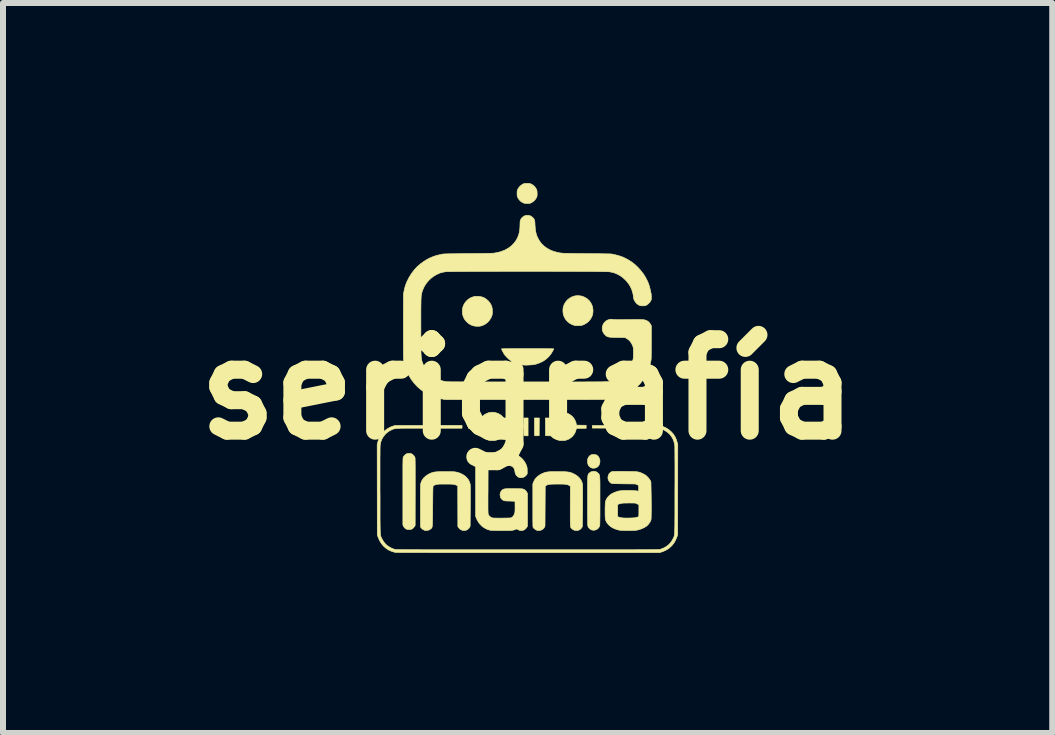
<source format=kicad_pcb>
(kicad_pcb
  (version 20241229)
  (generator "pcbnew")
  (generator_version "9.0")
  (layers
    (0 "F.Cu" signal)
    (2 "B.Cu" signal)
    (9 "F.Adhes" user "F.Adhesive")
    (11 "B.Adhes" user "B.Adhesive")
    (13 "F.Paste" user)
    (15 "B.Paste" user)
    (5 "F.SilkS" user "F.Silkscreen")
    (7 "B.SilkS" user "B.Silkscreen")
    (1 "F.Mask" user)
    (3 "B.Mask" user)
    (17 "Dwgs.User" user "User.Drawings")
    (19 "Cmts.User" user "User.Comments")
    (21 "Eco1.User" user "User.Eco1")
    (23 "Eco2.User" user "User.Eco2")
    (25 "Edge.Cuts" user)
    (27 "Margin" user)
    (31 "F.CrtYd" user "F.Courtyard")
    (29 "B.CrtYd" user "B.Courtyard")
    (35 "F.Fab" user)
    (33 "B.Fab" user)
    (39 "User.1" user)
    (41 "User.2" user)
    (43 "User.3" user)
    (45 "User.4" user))
  (footprint "serigrafía"
    (layer "F.Cu")
    (at 5.74 3.436)
    (property "Reference" "serigrafía" (at 0 0 0) (layer "F.SilkS") (effects (font (size 1.524 1.524) (thickness 0.3))))
    (attr through_hole)
    (fp_poly (pts (xy 0.008 0.775) (xy -0.025 0.775) (xy -0.041 0.774) (xy -0.053 0.773) (xy -0.06 0.772) (xy -0.061 0.772) (xy -0.061 0.767) (xy -0.062 0.755) (xy -0.062 0.736) (xy -0.063 0.712) (xy -0.063 0.683) (xy -0.063 0.651) (xy -0.064 0.624) (xy -0.064 0.478) (xy 0.008 0.478) (xy 0.008 0.775)) (stroke (width 0.01) (type solid)) (fill yes) (layer "F.SilkS"))
    (fp_poly (pts (xy 0.193 0.773) (xy 0.156 0.774) (xy 0.14 0.774) (xy 0.126 0.774) (xy 0.118 0.773) (xy 0.117 0.772) (xy 0.117 0.767) (xy 0.116 0.755) (xy 0.115 0.736) (xy 0.115 0.712) (xy 0.115 0.683) (xy 0.114 0.651) (xy 0.114 0.624) (xy 0.114 0.478) (xy 0.195 0.478) (xy 0.193 0.773)) (stroke (width 0.01) (type solid)) (fill yes) (layer "F.SilkS"))
    (fp_poly (pts (xy 1.128 1.088) (xy 1.151 1.096) (xy 1.169 1.109) (xy 1.181 1.123) (xy 1.196 1.151) (xy 1.205 1.181) (xy 1.205 1.212) (xy 1.199 1.243) (xy 1.185 1.272) (xy 1.181 1.277) (xy 1.163 1.295) (xy 1.14 1.307) (xy 1.114 1.314) (xy 1.087 1.314) (xy 1.073 1.312) (xy 1.049 1.302) (xy 1.028 1.285) (xy 1.011 1.262) (xy 1.004 1.245) (xy 1.001 1.231) (xy 0.999 1.211) (xy 0.999 1.19) (xy 1.001 1.17) (xy 1.003 1.156) (xy 1.014 1.133) (xy 1.03 1.112) (xy 1.05 1.097) (xy 1.062 1.091) (xy 1.073 1.088) (xy 1.087 1.086) (xy 1.101 1.086) (xy 1.128 1.088)) (stroke (width 0.01) (type solid)) (fill yes) (layer "F.SilkS"))
    (fp_poly (pts (xy 0.632 0.389) (xy 0.635 0.39) (xy 0.675 0.404) (xy 0.71 0.424) (xy 0.742 0.45) (xy 0.746 0.453) (xy 0.772 0.484) (xy 0.792 0.519) (xy 0.806 0.555) (xy 0.809 0.57) (xy 0.814 0.597) (xy 0.895 0.598) (xy 0.976 0.599) (xy 0.976 0.65) (xy 0.814 0.652) (xy 0.808 0.674) (xy 0.794 0.715) (xy 0.773 0.753) (xy 0.746 0.786) (xy 0.713 0.813) (xy 0.676 0.835) (xy 0.635 0.849) (xy 0.635 0.849) (xy 0.615 0.853) (xy 0.591 0.854) (xy 0.565 0.854) (xy 0.541 0.853) (xy 0.521 0.85) (xy 0.516 0.849) (xy 0.477 0.834) (xy 0.439 0.811) (xy 0.423 0.798) (xy 0.394 0.775) (xy 0.346 0.774) (xy 0.298 0.773) (xy 0.297 0.625) (xy 0.296 0.478) (xy 0.382 0.478) (xy 0.41 0.452) (xy 0.441 0.426) (xy 0.472 0.407) (xy 0.506 0.393) (xy 0.519 0.39) (xy 0.558 0.382) (xy 0.595 0.382) (xy 0.632 0.389)) (stroke (width 0.01) (type solid)) (fill yes) (layer "F.SilkS"))
    (fp_poly (pts (xy 0.856 -1.559) (xy 0.886 -1.556) (xy 0.911 -1.55) (xy 0.912 -1.55) (xy 0.955 -1.532) (xy 0.994 -1.507) (xy 1.026 -1.478) (xy 1.052 -1.443) (xy 1.072 -1.404) (xy 1.085 -1.362) (xy 1.09 -1.317) (xy 1.09 -1.312) (xy 1.088 -1.276) (xy 1.083 -1.245) (xy 1.073 -1.216) (xy 1.066 -1.2) (xy 1.042 -1.161) (xy 1.013 -1.128) (xy 0.978 -1.101) (xy 0.937 -1.078) (xy 0.917 -1.07) (xy 0.901 -1.066) (xy 0.879 -1.063) (xy 0.854 -1.061) (xy 0.829 -1.06) (xy 0.807 -1.06) (xy 0.79 -1.062) (xy 0.746 -1.076) (xy 0.705 -1.097) (xy 0.67 -1.124) (xy 0.639 -1.157) (xy 0.615 -1.195) (xy 0.598 -1.237) (xy 0.597 -1.238) (xy 0.592 -1.264) (xy 0.589 -1.296) (xy 0.589 -1.328) (xy 0.592 -1.359) (xy 0.595 -1.373) (xy 0.61 -1.415) (xy 0.632 -1.453) (xy 0.661 -1.487) (xy 0.695 -1.515) (xy 0.735 -1.538) (xy 0.771 -1.552) (xy 0.796 -1.557) (xy 0.825 -1.56) (xy 0.856 -1.559)) (stroke (width 0.01) (type solid)) (fill yes) (layer "F.SilkS"))
    (fp_poly (pts (xy -0.793 -1.546) (xy -0.751 -1.536) (xy -0.713 -1.519) (xy -0.678 -1.493) (xy -0.658 -1.476) (xy -0.63 -1.443) (xy -0.609 -1.409) (xy -0.595 -1.373) (xy -0.588 -1.334) (xy -0.587 -1.3) (xy -0.587 -1.273) (xy -0.589 -1.252) (xy -0.592 -1.236) (xy -0.594 -1.228) (xy -0.613 -1.184) (xy -0.639 -1.146) (xy -0.67 -1.112) (xy -0.706 -1.085) (xy -0.748 -1.064) (xy -0.77 -1.057) (xy -0.797 -1.051) (xy -0.828 -1.05) (xy -0.861 -1.051) (xy -0.892 -1.055) (xy -0.914 -1.061) (xy -0.953 -1.077) (xy -0.986 -1.098) (xy -1.016 -1.125) (xy -1.021 -1.13) (xy -1.05 -1.166) (xy -1.07 -1.205) (xy -1.083 -1.247) (xy -1.088 -1.292) (xy -1.088 -1.3) (xy -1.084 -1.346) (xy -1.072 -1.389) (xy -1.053 -1.428) (xy -1.026 -1.464) (xy -1.024 -1.466) (xy -0.992 -1.497) (xy -0.957 -1.52) (xy -0.918 -1.537) (xy -0.917 -1.537) (xy -0.898 -1.543) (xy -0.882 -1.547) (xy -0.865 -1.549) (xy -0.844 -1.549) (xy -0.839 -1.549) (xy -0.793 -1.546)) (stroke (width 0.01) (type solid)) (fill yes) (layer "F.SilkS"))
    (fp_poly (pts (xy -0.567 0.382) (xy -0.529 0.39) (xy -0.488 0.404) (xy -0.453 0.424) (xy -0.421 0.451) (xy -0.42 0.452) (xy -0.394 0.478) (xy -0.123 0.478) (xy -0.124 0.625) (xy -0.125 0.773) (xy -0.407 0.775) (xy -0.426 0.793) (xy -0.444 0.808) (xy -0.467 0.823) (xy -0.493 0.836) (xy -0.517 0.846) (xy -0.533 0.85) (xy -0.553 0.853) (xy -0.577 0.855) (xy -0.603 0.854) (xy -0.627 0.853) (xy -0.646 0.85) (xy -0.648 0.849) (xy -0.687 0.834) (xy -0.724 0.812) (xy -0.756 0.785) (xy -0.783 0.753) (xy -0.803 0.717) (xy -0.817 0.678) (xy -0.817 0.675) (xy -0.823 0.652) (xy -0.984 0.65) (xy -0.984 0.599) (xy -0.904 0.597) (xy -0.876 0.596) (xy -0.855 0.595) (xy -0.841 0.594) (xy -0.831 0.593) (xy -0.826 0.592) (xy -0.823 0.59) (xy -0.822 0.587) (xy -0.822 0.586) (xy -0.812 0.544) (xy -0.793 0.504) (xy -0.768 0.468) (xy -0.754 0.453) (xy -0.722 0.425) (xy -0.689 0.405) (xy -0.652 0.391) (xy -0.644 0.389) (xy -0.605 0.382) (xy -0.567 0.382)) (stroke (width 0.01) (type solid)) (fill yes) (layer "F.SilkS"))
    (fp_poly (pts (xy 0.012 -3.431) (xy 0.027 -3.43) (xy 0.039 -3.428) (xy 0.05 -3.424) (xy 0.063 -3.418) (xy 0.064 -3.418) (xy 0.095 -3.399) (xy 0.122 -3.373) (xy 0.142 -3.342) (xy 0.146 -3.336) (xy 0.152 -3.323) (xy 0.155 -3.312) (xy 0.157 -3.301) (xy 0.158 -3.286) (xy 0.159 -3.266) (xy 0.159 -3.262) (xy 0.159 -3.241) (xy 0.158 -3.226) (xy 0.156 -3.214) (xy 0.153 -3.204) (xy 0.147 -3.193) (xy 0.146 -3.19) (xy 0.128 -3.162) (xy 0.104 -3.136) (xy 0.076 -3.116) (xy 0.065 -3.11) (xy 0.052 -3.103) (xy 0.039 -3.099) (xy 0.025 -3.097) (xy 0.007 -3.096) (xy 0 -3.096) (xy -0.025 -3.096) (xy -0.046 -3.098) (xy -0.057 -3.1) (xy -0.093 -3.116) (xy -0.123 -3.139) (xy -0.148 -3.168) (xy -0.162 -3.192) (xy -0.168 -3.205) (xy -0.172 -3.216) (xy -0.174 -3.227) (xy -0.175 -3.241) (xy -0.175 -3.261) (xy -0.175 -3.264) (xy -0.175 -3.285) (xy -0.174 -3.301) (xy -0.171 -3.313) (xy -0.167 -3.324) (xy -0.164 -3.333) (xy -0.149 -3.357) (xy -0.129 -3.381) (xy -0.105 -3.402) (xy -0.081 -3.418) (xy -0.078 -3.419) (xy -0.065 -3.425) (xy -0.054 -3.428) (xy -0.041 -3.43) (xy -0.025 -3.431) (xy -0.008 -3.431) (xy 0.012 -3.431)) (stroke (width 0.01) (type solid)) (fill yes) (layer "F.SilkS"))
    (fp_poly (pts (xy 0.086 -0.677) (xy 0.137 -0.677) (xy 0.186 -0.677) (xy 0.233 -0.677) (xy 0.277 -0.677) (xy 0.316 -0.676) (xy 0.352 -0.676) (xy 0.382 -0.676) (xy 0.406 -0.675) (xy 0.423 -0.675) (xy 0.433 -0.675) (xy 0.436 -0.674) (xy 0.434 -0.669) (xy 0.429 -0.659) (xy 0.423 -0.645) (xy 0.421 -0.642) (xy 0.39 -0.59) (xy 0.353 -0.544) (xy 0.31 -0.504) (xy 0.261 -0.47) (xy 0.207 -0.443) (xy 0.148 -0.422) (xy 0.12 -0.415) (xy 0.102 -0.411) (xy 0.077 -0.409) (xy 0.049 -0.406) (xy 0.018 -0.405) (xy -0.011 -0.403) (xy -0.039 -0.403) (xy -0.061 -0.404) (xy -0.072 -0.405) (xy -0.137 -0.417) (xy -0.198 -0.436) (xy -0.254 -0.462) (xy -0.286 -0.481) (xy -0.307 -0.497) (xy -0.33 -0.518) (xy -0.353 -0.541) (xy -0.374 -0.564) (xy -0.388 -0.583) (xy -0.397 -0.598) (xy -0.407 -0.616) (xy -0.417 -0.634) (xy -0.425 -0.65) (xy -0.431 -0.663) (xy -0.433 -0.672) (xy -0.433 -0.674) (xy -0.429 -0.675) (xy -0.417 -0.675) (xy -0.397 -0.675) (xy -0.372 -0.676) (xy -0.34 -0.676) (xy -0.304 -0.676) (xy -0.263 -0.677) (xy -0.219 -0.677) (xy -0.172 -0.677) (xy -0.122 -0.677) (xy -0.071 -0.677) (xy -0.018 -0.677) (xy 0.034 -0.677) (xy 0.086 -0.677)) (stroke (width 0.01) (type solid)) (fill yes) (layer "F.SilkS"))
    (fp_poly (pts (xy -1.949 1.07) (xy -1.941 1.071) (xy -1.926 1.079) (xy -1.91 1.091) (xy -1.894 1.107) (xy -1.882 1.124) (xy -1.876 1.138) (xy -1.875 1.144) (xy -1.874 1.156) (xy -1.874 1.175) (xy -1.873 1.2) (xy -1.873 1.232) (xy -1.872 1.272) (xy -1.872 1.318) (xy -1.872 1.372) (xy -1.872 1.434) (xy -1.872 1.503) (xy -1.872 1.581) (xy -1.872 1.666) (xy -1.872 1.711) (xy -1.873 2.268) (xy -1.886 2.288) (xy -1.897 2.303) (xy -1.911 2.316) (xy -1.917 2.321) (xy -1.927 2.328) (xy -1.937 2.332) (xy -1.948 2.335) (xy -1.965 2.336) (xy -1.97 2.336) (xy -1.994 2.336) (xy -2.011 2.333) (xy -2.017 2.331) (xy -2.041 2.316) (xy -2.06 2.295) (xy -2.069 2.28) (xy -2.078 2.258) (xy -2.078 1.702) (xy -2.078 1.622) (xy -2.078 1.55) (xy -2.078 1.485) (xy -2.078 1.428) (xy -2.078 1.377) (xy -2.078 1.333) (xy -2.078 1.294) (xy -2.078 1.261) (xy -2.077 1.233) (xy -2.077 1.209) (xy -2.077 1.19) (xy -2.076 1.174) (xy -2.076 1.161) (xy -2.075 1.151) (xy -2.074 1.144) (xy -2.074 1.138) (xy -2.073 1.134) (xy -2.072 1.13) (xy -2.071 1.128) (xy -2.06 1.112) (xy -2.045 1.095) (xy -2.027 1.081) (xy -2.013 1.073) (xy -1.994 1.068) (xy -1.972 1.067) (xy -1.949 1.07)) (stroke (width 0.01) (type solid)) (fill yes) (layer "F.SilkS"))
    (fp_poly (pts (xy 1.128 1.369) (xy 1.151 1.378) (xy 1.171 1.394) (xy 1.178 1.401) (xy 1.183 1.406) (xy 1.187 1.41) (xy 1.19 1.415) (xy 1.193 1.421) (xy 1.196 1.427) (xy 1.198 1.436) (xy 1.2 1.446) (xy 1.202 1.46) (xy 1.203 1.476) (xy 1.204 1.496) (xy 1.205 1.521) (xy 1.206 1.55) (xy 1.206 1.585) (xy 1.206 1.626) (xy 1.206 1.673) (xy 1.206 1.727) (xy 1.206 1.788) (xy 1.206 1.857) (xy 1.206 1.858) (xy 1.206 1.936) (xy 1.206 2.005) (xy 1.206 2.066) (xy 1.206 2.119) (xy 1.205 2.164) (xy 1.205 2.201) (xy 1.204 2.23) (xy 1.203 2.251) (xy 1.203 2.265) (xy 1.202 2.271) (xy 1.191 2.297) (xy 1.173 2.319) (xy 1.15 2.336) (xy 1.124 2.345) (xy 1.111 2.347) (xy 1.094 2.348) (xy 1.078 2.346) (xy 1.07 2.345) (xy 1.054 2.337) (xy 1.037 2.325) (xy 1.021 2.309) (xy 1.009 2.293) (xy 1.007 2.288) (xy 1.006 2.285) (xy 1.005 2.281) (xy 1.004 2.276) (xy 1.003 2.27) (xy 1.002 2.261) (xy 1.001 2.249) (xy 1.001 2.234) (xy 1 2.216) (xy 1 2.193) (xy 1 2.165) (xy 1 2.133) (xy 0.999 2.094) (xy 0.999 2.049) (xy 0.999 1.997) (xy 0.999 1.938) (xy 0.999 1.871) (xy 0.999 1.857) (xy 0.999 1.787) (xy 0.999 1.725) (xy 0.999 1.671) (xy 0.999 1.623) (xy 0.999 1.582) (xy 1 1.547) (xy 1 1.517) (xy 1.001 1.492) (xy 1.002 1.472) (xy 1.003 1.455) (xy 1.004 1.442) (xy 1.006 1.431) (xy 1.008 1.423) (xy 1.01 1.417) (xy 1.013 1.412) (xy 1.016 1.408) (xy 1.019 1.404) (xy 1.023 1.4) (xy 1.026 1.398) (xy 1.047 1.38) (xy 1.071 1.37) (xy 1.098 1.366) (xy 1.101 1.366) (xy 1.128 1.369)) (stroke (width 0.01) (type solid)) (fill yes) (layer "F.SilkS"))
    (fp_poly (pts (xy 0.547 1.372) (xy 0.586 1.372) (xy 0.619 1.373) (xy 0.647 1.375) (xy 0.67 1.377) (xy 0.69 1.38) (xy 0.708 1.384) (xy 0.724 1.389) (xy 0.741 1.395) (xy 0.758 1.403) (xy 0.759 1.403) (xy 0.803 1.427) (xy 0.84 1.454) (xy 0.871 1.486) (xy 0.894 1.521) (xy 0.909 1.558) (xy 0.915 1.584) (xy 0.916 1.593) (xy 0.916 1.611) (xy 0.917 1.634) (xy 0.917 1.664) (xy 0.918 1.699) (xy 0.918 1.737) (xy 0.918 1.78) (xy 0.918 1.825) (xy 0.918 1.871) (xy 0.918 1.919) (xy 0.917 1.967) (xy 0.917 2.015) (xy 0.916 2.061) (xy 0.916 2.106) (xy 0.915 2.147) (xy 0.914 2.185) (xy 0.914 2.219) (xy 0.913 2.247) (xy 0.912 2.269) (xy 0.911 2.285) (xy 0.91 2.292) (xy 0.91 2.293) (xy 0.899 2.311) (xy 0.882 2.328) (xy 0.864 2.34) (xy 0.852 2.347) (xy 0.84 2.35) (xy 0.826 2.351) (xy 0.813 2.352) (xy 0.79 2.35) (xy 0.772 2.346) (xy 0.756 2.337) (xy 0.739 2.323) (xy 0.734 2.319) (xy 0.729 2.315) (xy 0.725 2.311) (xy 0.722 2.306) (xy 0.719 2.3) (xy 0.717 2.292) (xy 0.715 2.282) (xy 0.714 2.268) (xy 0.713 2.251) (xy 0.712 2.23) (xy 0.711 2.204) (xy 0.711 2.173) (xy 0.711 2.136) (xy 0.711 2.092) (xy 0.711 2.042) (xy 0.711 1.984) (xy 0.711 1.948) (xy 0.712 1.617) (xy 0.702 1.607) (xy 0.691 1.6) (xy 0.675 1.593) (xy 0.658 1.588) (xy 0.647 1.586) (xy 0.637 1.583) (xy 0.626 1.582) (xy 0.613 1.581) (xy 0.596 1.58) (xy 0.576 1.579) (xy 0.549 1.579) (xy 0.516 1.579) (xy 0.502 1.579) (xy 0.461 1.579) (xy 0.427 1.58) (xy 0.399 1.581) (xy 0.377 1.582) (xy 0.358 1.585) (xy 0.343 1.588) (xy 0.33 1.592) (xy 0.318 1.598) (xy 0.311 1.602) (xy 0.294 1.611) (xy 0.292 1.945) (xy 0.29 2.28) (xy 0.28 2.299) (xy 0.266 2.32) (xy 0.245 2.336) (xy 0.221 2.348) (xy 0.194 2.353) (xy 0.167 2.352) (xy 0.151 2.348) (xy 0.131 2.337) (xy 0.111 2.322) (xy 0.096 2.306) (xy 0.094 2.303) (xy 0.093 2.301) (xy 0.091 2.297) (xy 0.09 2.293) (xy 0.09 2.286) (xy 0.089 2.276) (xy 0.088 2.264) (xy 0.088 2.248) (xy 0.088 2.227) (xy 0.087 2.202) (xy 0.087 2.172) (xy 0.087 2.136) (xy 0.087 2.094) (xy 0.087 2.044) (xy 0.087 1.987) (xy 0.087 1.935) (xy 0.087 1.577) (xy 0.097 1.548) (xy 0.116 1.509) (xy 0.142 1.475) (xy 0.176 1.444) (xy 0.216 1.417) (xy 0.235 1.408) (xy 0.254 1.399) (xy 0.271 1.392) (xy 0.288 1.386) (xy 0.306 1.381) (xy 0.326 1.378) (xy 0.348 1.375) (xy 0.374 1.373) (xy 0.405 1.372) (xy 0.442 1.372) (xy 0.487 1.372) (xy 0.5 1.372) (xy 0.547 1.372)) (stroke (width 0.01) (type solid)) (fill yes) (layer "F.SilkS"))
    (fp_poly (pts (xy -1.332 1.372) (xy -1.299 1.372) (xy -1.273 1.372) (xy -1.251 1.373) (xy -1.234 1.373) (xy -1.22 1.374) (xy -1.207 1.376) (xy -1.196 1.378) (xy -1.184 1.38) (xy -1.182 1.38) (xy -1.134 1.394) (xy -1.09 1.414) (xy -1.051 1.438) (xy -1.018 1.467) (xy -0.991 1.499) (xy -0.971 1.535) (xy -0.958 1.574) (xy -0.956 1.586) (xy -0.955 1.596) (xy -0.954 1.612) (xy -0.954 1.635) (xy -0.953 1.665) (xy -0.953 1.703) (xy -0.953 1.747) (xy -0.953 1.8) (xy -0.953 1.86) (xy -0.954 1.929) (xy -0.954 1.947) (xy -0.957 2.279) (xy -0.966 2.298) (xy -0.98 2.318) (xy -0.999 2.335) (xy -1.022 2.347) (xy -1.03 2.35) (xy -1.057 2.353) (xy -1.085 2.35) (xy -1.111 2.34) (xy -1.133 2.324) (xy -1.149 2.305) (xy -1.162 2.285) (xy -1.163 1.948) (xy -1.164 1.611) (xy -1.174 1.604) (xy -1.182 1.599) (xy -1.196 1.594) (xy -1.213 1.588) (xy -1.215 1.588) (xy -1.225 1.585) (xy -1.235 1.583) (xy -1.247 1.582) (xy -1.26 1.581) (xy -1.277 1.58) (xy -1.299 1.579) (xy -1.326 1.579) (xy -1.361 1.579) (xy -1.372 1.579) (xy -1.408 1.579) (xy -1.436 1.579) (xy -1.459 1.579) (xy -1.476 1.58) (xy -1.49 1.581) (xy -1.501 1.582) (xy -1.511 1.584) (xy -1.52 1.586) (xy -1.53 1.589) (xy -1.53 1.59) (xy -1.547 1.595) (xy -1.561 1.601) (xy -1.57 1.606) (xy -1.572 1.608) (xy -1.573 1.61) (xy -1.574 1.613) (xy -1.575 1.619) (xy -1.576 1.628) (xy -1.576 1.64) (xy -1.577 1.656) (xy -1.578 1.677) (xy -1.578 1.702) (xy -1.579 1.733) (xy -1.579 1.77) (xy -1.58 1.813) (xy -1.58 1.864) (xy -1.581 1.922) (xy -1.581 1.947) (xy -1.582 2.01) (xy -1.582 2.064) (xy -1.583 2.111) (xy -1.583 2.152) (xy -1.584 2.186) (xy -1.585 2.215) (xy -1.585 2.238) (xy -1.586 2.258) (xy -1.588 2.273) (xy -1.589 2.285) (xy -1.591 2.294) (xy -1.593 2.301) (xy -1.596 2.307) (xy -1.598 2.311) (xy -1.602 2.315) (xy -1.606 2.319) (xy -1.606 2.319) (xy -1.626 2.335) (xy -1.651 2.347) (xy -1.677 2.352) (xy -1.703 2.352) (xy -1.72 2.348) (xy -1.746 2.334) (xy -1.768 2.316) (xy -1.774 2.308) (xy -1.784 2.293) (xy -1.786 1.948) (xy -1.786 1.877) (xy -1.786 1.814) (xy -1.786 1.76) (xy -1.786 1.713) (xy -1.785 1.673) (xy -1.785 1.641) (xy -1.784 1.615) (xy -1.784 1.596) (xy -1.783 1.583) (xy -1.782 1.577) (xy -1.77 1.538) (xy -1.751 1.502) (xy -1.724 1.469) (xy -1.69 1.44) (xy -1.65 1.414) (xy -1.635 1.407) (xy -1.617 1.398) (xy -1.6 1.391) (xy -1.583 1.386) (xy -1.566 1.381) (xy -1.547 1.378) (xy -1.525 1.375) (xy -1.499 1.374) (xy -1.468 1.372) (xy -1.431 1.372) (xy -1.387 1.372) (xy -1.373 1.372) (xy -1.332 1.372)) (stroke (width 0.01) (type solid)) (fill yes) (layer "F.SilkS"))
    (fp_poly (pts (xy -0.215 1.076) (xy -0.17 1.096) (xy -0.128 1.124) (xy -0.091 1.156) (xy -0.059 1.194) (xy -0.033 1.236) (xy -0.018 1.272) (xy -0.013 1.288) (xy -0.009 1.302) (xy -0.007 1.317) (xy -0.007 1.335) (xy -0.006 1.357) (xy -0.006 1.408) (xy -0.021 1.429) (xy -0.041 1.45) (xy -0.064 1.464) (xy -0.09 1.472) (xy -0.117 1.473) (xy -0.143 1.468) (xy -0.167 1.455) (xy -0.17 1.452) (xy -0.189 1.432) (xy -0.202 1.409) (xy -0.21 1.381) (xy -0.211 1.369) (xy -0.217 1.34) (xy -0.226 1.317) (xy -0.242 1.298) (xy -0.251 1.29) (xy -0.258 1.285) (xy -0.265 1.281) (xy -0.274 1.277) (xy -0.284 1.275) (xy -0.297 1.273) (xy -0.314 1.271) (xy -0.335 1.271) (xy -0.362 1.27) (xy -0.395 1.27) (xy -0.435 1.271) (xy -0.447 1.271) (xy -0.596 1.272) (xy -0.614 1.285) (xy -0.628 1.297) (xy -0.642 1.311) (xy -0.645 1.316) (xy -0.658 1.334) (xy -0.659 1.703) (xy -0.66 1.767) (xy -0.66 1.823) (xy -0.66 1.872) (xy -0.66 1.915) (xy -0.66 1.951) (xy -0.66 1.981) (xy -0.66 2.006) (xy -0.659 2.026) (xy -0.659 2.043) (xy -0.658 2.055) (xy -0.658 2.065) (xy -0.657 2.073) (xy -0.656 2.078) (xy -0.655 2.083) (xy -0.653 2.086) (xy -0.652 2.089) (xy -0.652 2.09) (xy -0.638 2.11) (xy -0.619 2.127) (xy -0.598 2.139) (xy -0.588 2.142) (xy -0.578 2.144) (xy -0.56 2.145) (xy -0.534 2.145) (xy -0.5 2.146) (xy -0.458 2.146) (xy -0.423 2.146) (xy -0.384 2.145) (xy -0.353 2.145) (xy -0.328 2.144) (xy -0.309 2.144) (xy -0.294 2.143) (xy -0.284 2.142) (xy -0.276 2.141) (xy -0.27 2.139) (xy -0.266 2.137) (xy -0.262 2.135) (xy -0.243 2.118) (xy -0.227 2.094) (xy -0.216 2.064) (xy -0.212 2.049) (xy -0.211 2.039) (xy -0.21 2.022) (xy -0.209 2) (xy -0.209 1.974) (xy -0.209 1.947) (xy -0.21 1.865) (xy -0.296 1.862) (xy -0.329 1.861) (xy -0.354 1.86) (xy -0.373 1.859) (xy -0.386 1.857) (xy -0.395 1.855) (xy -0.398 1.854) (xy -0.423 1.838) (xy -0.442 1.817) (xy -0.454 1.792) (xy -0.459 1.762) (xy -0.459 1.757) (xy -0.456 1.729) (xy -0.446 1.706) (xy -0.429 1.684) (xy -0.427 1.682) (xy -0.419 1.675) (xy -0.412 1.669) (xy -0.403 1.665) (xy -0.393 1.662) (xy -0.38 1.659) (xy -0.363 1.657) (xy -0.342 1.656) (xy -0.315 1.656) (xy -0.281 1.655) (xy -0.24 1.655) (xy -0.239 1.655) (xy -0.2 1.655) (xy -0.165 1.656) (xy -0.135 1.656) (xy -0.11 1.657) (xy -0.092 1.658) (xy -0.081 1.66) (xy -0.081 1.66) (xy -0.054 1.67) (xy -0.032 1.687) (xy -0.015 1.711) (xy -0.002 1.734) (xy -0.002 2.28) (xy -0.014 2.299) (xy -0.032 2.323) (xy -0.054 2.34) (xy -0.08 2.351) (xy -0.107 2.354) (xy -0.134 2.35) (xy -0.16 2.338) (xy -0.18 2.326) (xy -0.205 2.336) (xy -0.224 2.342) (xy -0.245 2.347) (xy -0.256 2.35) (xy -0.269 2.351) (xy -0.288 2.352) (xy -0.313 2.353) (xy -0.343 2.353) (xy -0.376 2.353) (xy -0.412 2.354) (xy -0.448 2.353) (xy -0.484 2.353) (xy -0.519 2.353) (xy -0.551 2.352) (xy -0.579 2.351) (xy -0.603 2.35) (xy -0.62 2.349) (xy -0.629 2.347) (xy -0.674 2.333) (xy -0.717 2.311) (xy -0.757 2.283) (xy -0.792 2.249) (xy -0.822 2.209) (xy -0.846 2.166) (xy -0.854 2.146) (xy -0.866 2.115) (xy -0.866 1.306) (xy -0.856 1.276) (xy -0.836 1.231) (xy -0.809 1.188) (xy -0.776 1.15) (xy -0.737 1.118) (xy -0.695 1.092) (xy -0.654 1.075) (xy -0.647 1.072) (xy -0.64 1.07) (xy -0.633 1.069) (xy -0.624 1.067) (xy -0.614 1.067) (xy -0.6 1.066) (xy -0.583 1.065) (xy -0.561 1.065) (xy -0.533 1.065) (xy -0.499 1.065) (xy -0.458 1.065) (xy -0.436 1.065) (xy -0.248 1.065) (xy -0.215 1.076)) (stroke (width 0.01) (type solid)) (fill yes) (layer "F.SilkS"))
    (fp_poly (pts (xy 1.565 1.368) (xy 1.619 1.368) (xy 1.669 1.369) (xy 1.711 1.369) (xy 1.747 1.37) (xy 1.777 1.371) (xy 1.802 1.372) (xy 1.823 1.374) (xy 1.841 1.377) (xy 1.857 1.38) (xy 1.871 1.384) (xy 1.885 1.389) (xy 1.899 1.396) (xy 1.915 1.403) (xy 1.926 1.408) (xy 1.948 1.42) (xy 1.966 1.431) (xy 1.983 1.445) (xy 1.998 1.46) (xy 2.021 1.485) (xy 2.037 1.508) (xy 2.043 1.518) (xy 2.055 1.543) (xy 2.058 1.704) (xy 2.059 1.749) (xy 2.06 1.799) (xy 2.06 1.853) (xy 2.061 1.906) (xy 2.061 1.956) (xy 2.061 2.002) (xy 2.061 2.017) (xy 2.06 2.058) (xy 2.06 2.09) (xy 2.059 2.117) (xy 2.059 2.137) (xy 2.058 2.153) (xy 2.057 2.165) (xy 2.056 2.174) (xy 2.054 2.181) (xy 2.052 2.187) (xy 2.051 2.19) (xy 2.04 2.211) (xy 2.025 2.233) (xy 2.008 2.255) (xy 1.99 2.273) (xy 1.982 2.279) (xy 1.943 2.304) (xy 1.897 2.325) (xy 1.849 2.341) (xy 1.806 2.349) (xy 1.792 2.351) (xy 1.772 2.352) (xy 1.746 2.352) (xy 1.717 2.353) (xy 1.685 2.353) (xy 1.654 2.353) (xy 1.623 2.353) (xy 1.594 2.352) (xy 1.571 2.351) (xy 1.552 2.35) (xy 1.545 2.35) (xy 1.498 2.34) (xy 1.454 2.325) (xy 1.413 2.306) (xy 1.377 2.282) (xy 1.346 2.254) (xy 1.321 2.223) (xy 1.304 2.19) (xy 1.297 2.17) (xy 1.295 2.158) (xy 1.293 2.139) (xy 1.292 2.114) (xy 1.291 2.085) (xy 1.291 2.053) (xy 1.291 2.02) (xy 1.291 1.994) (xy 1.499 1.994) (xy 1.5 2.024) (xy 1.501 2.122) (xy 1.518 2.128) (xy 1.536 2.134) (xy 1.555 2.139) (xy 1.576 2.142) (xy 1.601 2.144) (xy 1.63 2.145) (xy 1.666 2.145) (xy 1.687 2.145) (xy 1.719 2.144) (xy 1.744 2.143) (xy 1.764 2.142) (xy 1.78 2.141) (xy 1.793 2.139) (xy 1.805 2.136) (xy 1.814 2.134) (xy 1.83 2.129) (xy 1.843 2.125) (xy 1.85 2.123) (xy 1.851 2.122) (xy 1.852 2.118) (xy 1.853 2.106) (xy 1.853 2.088) (xy 1.854 2.065) (xy 1.854 2.039) (xy 1.854 2.022) (xy 1.854 1.923) (xy 1.824 1.909) (xy 1.793 1.895) (xy 1.689 1.894) (xy 1.656 1.895) (xy 1.63 1.895) (xy 1.609 1.895) (xy 1.593 1.896) (xy 1.58 1.898) (xy 1.568 1.899) (xy 1.556 1.902) (xy 1.546 1.904) (xy 1.529 1.909) (xy 1.514 1.914) (xy 1.505 1.918) (xy 1.503 1.92) (xy 1.501 1.926) (xy 1.5 1.941) (xy 1.5 1.963) (xy 1.499 1.994) (xy 1.291 1.994) (xy 1.291 1.986) (xy 1.292 1.954) (xy 1.293 1.925) (xy 1.294 1.9) (xy 1.296 1.88) (xy 1.298 1.868) (xy 1.298 1.867) (xy 1.313 1.83) (xy 1.336 1.796) (xy 1.366 1.766) (xy 1.402 1.74) (xy 1.446 1.718) (xy 1.495 1.701) (xy 1.516 1.695) (xy 1.534 1.692) (xy 1.559 1.689) (xy 1.59 1.687) (xy 1.624 1.686) (xy 1.661 1.685) (xy 1.698 1.686) (xy 1.734 1.686) (xy 1.768 1.688) (xy 1.798 1.69) (xy 1.822 1.693) (xy 1.84 1.696) (xy 1.84 1.696) (xy 1.845 1.697) (xy 1.847 1.696) (xy 1.849 1.692) (xy 1.85 1.683) (xy 1.85 1.668) (xy 1.85 1.65) (xy 1.85 1.601) (xy 1.824 1.589) (xy 1.797 1.577) (xy 1.602 1.575) (xy 1.557 1.574) (xy 1.519 1.574) (xy 1.488 1.573) (xy 1.463 1.573) (xy 1.443 1.572) (xy 1.428 1.572) (xy 1.416 1.571) (xy 1.408 1.57) (xy 1.402 1.568) (xy 1.397 1.566) (xy 1.392 1.564) (xy 1.389 1.563) (xy 1.372 1.55) (xy 1.357 1.531) (xy 1.345 1.508) (xy 1.341 1.497) (xy 1.338 1.471) (xy 1.342 1.445) (xy 1.351 1.42) (xy 1.365 1.398) (xy 1.384 1.382) (xy 1.405 1.371) (xy 1.413 1.37) (xy 1.428 1.369) (xy 1.451 1.369) (xy 1.481 1.368) (xy 1.519 1.368) (xy 1.565 1.368)) (stroke (width 0.01) (type solid)) (fill yes) (layer "F.SilkS"))
    (fp_poly (pts (xy -1.092 0.648) (xy -1.629 0.648) (xy -1.71 0.648) (xy -1.783 0.648) (xy -1.848 0.648) (xy -1.907 0.648) (xy -1.958 0.648) (xy -2.004 0.648) (xy -2.043 0.648) (xy -2.078 0.649) (xy -2.108 0.649) (xy -2.133 0.65) (xy -2.155 0.651) (xy -2.173 0.652) (xy -2.188 0.653) (xy -2.201 0.655) (xy -2.212 0.657) (xy -2.221 0.658) (xy -2.23 0.661) (xy -2.237 0.663) (xy -2.245 0.666) (xy -2.253 0.669) (xy -2.258 0.671) (xy -2.301 0.693) (xy -2.341 0.721) (xy -2.369 0.747) (xy -2.401 0.786) (xy -2.427 0.829) (xy -2.445 0.876) (xy -2.455 0.928) (xy -2.455 0.928) (xy -2.456 0.936) (xy -2.457 0.952) (xy -2.457 0.973) (xy -2.458 1.002) (xy -2.458 1.038) (xy -2.458 1.081) (xy -2.459 1.131) (xy -2.459 1.189) (xy -2.459 1.254) (xy -2.459 1.328) (xy -2.459 1.409) (xy -2.459 1.498) (xy -2.459 1.595) (xy -2.459 1.685) (xy -2.458 1.778) (xy -2.458 1.863) (xy -2.458 1.94) (xy -2.458 2.01) (xy -2.458 2.073) (xy -2.458 2.129) (xy -2.458 2.18) (xy -2.457 2.225) (xy -2.457 2.264) (xy -2.456 2.299) (xy -2.456 2.329) (xy -2.455 2.354) (xy -2.454 2.377) (xy -2.453 2.395) (xy -2.452 2.411) (xy -2.45 2.425) (xy -2.448 2.436) (xy -2.446 2.445) (xy -2.444 2.453) (xy -2.442 2.46) (xy -2.439 2.467) (xy -2.436 2.473) (xy -2.432 2.479) (xy -2.428 2.487) (xy -2.424 2.495) (xy -2.424 2.496) (xy -2.398 2.539) (xy -2.368 2.577) (xy -2.333 2.608) (xy -2.291 2.634) (xy -2.275 2.642) (xy -2.256 2.651) (xy -2.235 2.659) (xy -2.216 2.665) (xy -2.214 2.666) (xy -2.212 2.666) (xy -2.209 2.667) (xy -2.205 2.667) (xy -2.2 2.668) (xy -2.195 2.668) (xy -2.187 2.669) (xy -2.178 2.669) (xy -2.167 2.67) (xy -2.154 2.67) (xy -2.139 2.67) (xy -2.121 2.671) (xy -2.101 2.671) (xy -2.077 2.671) (xy -2.051 2.671) (xy -2.02 2.672) (xy -1.987 2.672) (xy -1.949 2.672) (xy -1.908 2.672) (xy -1.862 2.672) (xy -1.811 2.672) (xy -1.756 2.673) (xy -1.696 2.673) (xy -1.631 2.673) (xy -1.561 2.673) (xy -1.485 2.673) (xy -1.403 2.673) (xy -1.315 2.673) (xy -1.221 2.673) (xy -1.121 2.673) (xy -1.014 2.673) (xy -0.9 2.673) (xy -0.779 2.673) (xy -0.651 2.673) (xy -0.515 2.673) (xy -0.371 2.673) (xy -0.22 2.673) (xy -0.06 2.673) (xy -0.002 2.673) (xy 0.161 2.673) (xy 0.315 2.673) (xy 0.461 2.673) (xy 0.6 2.673) (xy 0.731 2.673) (xy 0.854 2.673) (xy 0.971 2.673) (xy 1.08 2.673) (xy 1.183 2.673) (xy 1.279 2.673) (xy 1.369 2.673) (xy 1.453 2.673) (xy 1.531 2.673) (xy 1.603 2.673) (xy 1.67 2.673) (xy 1.732 2.673) (xy 1.789 2.673) (xy 1.84 2.672) (xy 1.888 2.672) (xy 1.931 2.672) (xy 1.97 2.672) (xy 2.005 2.672) (xy 2.036 2.671) (xy 2.064 2.671) (xy 2.089 2.671) (xy 2.11 2.671) (xy 2.129 2.67) (xy 2.145 2.67) (xy 2.159 2.67) (xy 2.17 2.669) (xy 2.18 2.669) (xy 2.188 2.669) (xy 2.194 2.668) (xy 2.199 2.668) (xy 2.203 2.667) (xy 2.207 2.667) (xy 2.209 2.666) (xy 2.21 2.666) (xy 2.227 2.66) (xy 2.248 2.652) (xy 2.268 2.643) (xy 2.271 2.642) (xy 2.315 2.617) (xy 2.353 2.587) (xy 2.385 2.552) (xy 2.412 2.511) (xy 2.42 2.496) (xy 2.424 2.487) (xy 2.428 2.48) (xy 2.431 2.474) (xy 2.434 2.467) (xy 2.437 2.461) (xy 2.44 2.454) (xy 2.442 2.446) (xy 2.444 2.437) (xy 2.446 2.426) (xy 2.447 2.413) (xy 2.449 2.397) (xy 2.45 2.379) (xy 2.451 2.357) (xy 2.451 2.331) (xy 2.452 2.302) (xy 2.453 2.268) (xy 2.453 2.229) (xy 2.453 2.184) (xy 2.454 2.134) (xy 2.454 2.079) (xy 2.454 2.016) (xy 2.454 1.947) (xy 2.454 1.87) (xy 2.454 1.786) (xy 2.454 1.694) (xy 2.454 1.685) (xy 2.455 1.577) (xy 2.455 1.478) (xy 2.455 1.388) (xy 2.455 1.305) (xy 2.455 1.231) (xy 2.454 1.165) (xy 2.454 1.107) (xy 2.454 1.058) (xy 2.453 1.016) (xy 2.453 0.983) (xy 2.453 0.957) (xy 2.452 0.939) (xy 2.451 0.93) (xy 2.451 0.929) (xy 2.44 0.878) (xy 2.422 0.83) (xy 2.397 0.786) (xy 2.366 0.747) (xy 2.328 0.714) (xy 2.285 0.686) (xy 2.275 0.681) (xy 2.266 0.677) (xy 2.259 0.673) (xy 2.251 0.669) (xy 2.244 0.666) (xy 2.237 0.663) (xy 2.229 0.661) (xy 2.22 0.659) (xy 2.209 0.657) (xy 2.195 0.655) (xy 2.18 0.654) (xy 2.161 0.653) (xy 2.139 0.652) (xy 2.112 0.651) (xy 2.082 0.65) (xy 2.046 0.65) (xy 2.006 0.649) (xy 1.959 0.649) (xy 1.906 0.649) (xy 1.847 0.649) (xy 1.78 0.648) (xy 1.706 0.648) (xy 1.634 0.648) (xy 1.078 0.646) (xy 1.078 0.624) (xy 1.077 0.603) (xy 2.208 0.603) (xy 2.248 0.617) (xy 2.3 0.639) (xy 2.347 0.668) (xy 2.389 0.703) (xy 2.426 0.743) (xy 2.456 0.789) (xy 2.479 0.84) (xy 2.491 0.879) (xy 2.502 0.921) (xy 2.501 1.672) (xy 2.5 2.424) (xy 2.488 2.46) (xy 2.465 2.514) (xy 2.437 2.563) (xy 2.402 2.606) (xy 2.361 2.644) (xy 2.315 2.675) (xy 2.262 2.7) (xy 2.239 2.708) (xy 2.203 2.72) (xy 0.008 2.721) (xy -0.158 2.721) (xy -0.316 2.721) (xy -0.466 2.721) (xy -0.609 2.721) (xy -0.743 2.721) (xy -0.87 2.721) (xy -0.99 2.721) (xy -1.103 2.721) (xy -1.209 2.721) (xy -1.308 2.721) (xy -1.401 2.721) (xy -1.488 2.721) (xy -1.568 2.721) (xy -1.643 2.72) (xy -1.712 2.72) (xy -1.775 2.72) (xy -1.833 2.72) (xy -1.887 2.72) (xy -1.935 2.72) (xy -1.979 2.72) (xy -2.018 2.719) (xy -2.053 2.719) (xy -2.084 2.719) (xy -2.111 2.719) (xy -2.134 2.718) (xy -2.154 2.718) (xy -2.17 2.718) (xy -2.184 2.717) (xy -2.195 2.717) (xy -2.203 2.717) (xy -2.208 2.716) (xy -2.212 2.716) (xy -2.212 2.716) (xy -2.267 2.699) (xy -2.318 2.676) (xy -2.364 2.645) (xy -2.404 2.609) (xy -2.439 2.566) (xy -2.468 2.517) (xy -2.491 2.463) (xy -2.492 2.46) (xy -2.504 2.424) (xy -2.505 1.672) (xy -2.506 0.921) (xy -2.496 0.879) (xy -2.478 0.826) (xy -2.453 0.776) (xy -2.421 0.732) (xy -2.383 0.693) (xy -2.339 0.659) (xy -2.291 0.632) (xy -2.252 0.617) (xy -2.212 0.603) (xy -1.652 0.602) (xy -1.092 0.601) (xy -1.092 0.648)) (stroke (width 0.01) (type solid)) (fill yes) (layer "F.SilkS"))
    (fp_poly (pts (xy 0.017 -2.897) (xy 0.031 -2.895) (xy 0.043 -2.891) (xy 0.053 -2.886) (xy 0.076 -2.871) (xy 0.097 -2.851) (xy 0.112 -2.828) (xy 0.113 -2.827) (xy 0.116 -2.818) (xy 0.119 -2.805) (xy 0.121 -2.786) (xy 0.123 -2.761) (xy 0.123 -2.747) (xy 0.126 -2.704) (xy 0.129 -2.666) (xy 0.134 -2.635) (xy 0.14 -2.606) (xy 0.147 -2.58) (xy 0.156 -2.554) (xy 0.168 -2.527) (xy 0.169 -2.525) (xy 0.197 -2.473) (xy 0.232 -2.427) (xy 0.273 -2.387) (xy 0.321 -2.352) (xy 0.374 -2.322) (xy 0.434 -2.298) (xy 0.501 -2.28) (xy 0.514 -2.277) (xy 0.525 -2.275) (xy 0.536 -2.273) (xy 0.548 -2.271) (xy 0.562 -2.27) (xy 0.577 -2.268) (xy 0.595 -2.267) (xy 0.616 -2.266) (xy 0.64 -2.265) (xy 0.669 -2.265) (xy 0.702 -2.264) (xy 0.741 -2.263) (xy 0.786 -2.263) (xy 0.838 -2.262) (xy 0.896 -2.262) (xy 0.963 -2.261) (xy 0.988 -2.261) (xy 1.068 -2.26) (xy 1.139 -2.26) (xy 1.201 -2.259) (xy 1.256 -2.258) (xy 1.301 -2.257) (xy 1.339 -2.257) (xy 1.368 -2.256) (xy 1.389 -2.255) (xy 1.402 -2.254) (xy 1.405 -2.253) (xy 1.421 -2.25) (xy 1.439 -2.246) (xy 1.45 -2.243) (xy 1.468 -2.24) (xy 1.488 -2.234) (xy 1.509 -2.229) (xy 1.528 -2.223) (xy 1.544 -2.218) (xy 1.553 -2.214) (xy 1.555 -2.214) (xy 1.563 -2.21) (xy 1.566 -2.21) (xy 1.573 -2.208) (xy 1.586 -2.203) (xy 1.603 -2.195) (xy 1.623 -2.185) (xy 1.645 -2.175) (xy 1.666 -2.163) (xy 1.676 -2.158) (xy 1.733 -2.122) (xy 1.788 -2.079) (xy 1.84 -2.03) (xy 1.888 -1.976) (xy 1.932 -1.919) (xy 1.969 -1.858) (xy 1.986 -1.825) (xy 2.002 -1.791) (xy 2.014 -1.763) (xy 2.024 -1.735) (xy 2.032 -1.705) (xy 2.041 -1.671) (xy 2.042 -1.664) (xy 2.047 -1.642) (xy 2.052 -1.622) (xy 2.055 -1.606) (xy 2.058 -1.597) (xy 2.059 -1.586) (xy 2.06 -1.57) (xy 2.061 -1.552) (xy 2.062 -1.533) (xy 2.061 -1.515) (xy 2.061 -1.5) (xy 2.06 -1.489) (xy 2.058 -1.486) (xy 2.054 -1.482) (xy 2.049 -1.474) (xy 2.047 -1.468) (xy 2.034 -1.448) (xy 2.015 -1.428) (xy 1.993 -1.41) (xy 1.981 -1.403) (xy 1.969 -1.397) (xy 1.958 -1.393) (xy 1.946 -1.391) (xy 1.93 -1.391) (xy 1.918 -1.391) (xy 1.898 -1.391) (xy 1.884 -1.392) (xy 1.872 -1.395) (xy 1.862 -1.399) (xy 1.855 -1.402) (xy 1.825 -1.422) (xy 1.803 -1.444) (xy 1.792 -1.46) (xy 1.785 -1.472) (xy 1.778 -1.483) (xy 1.775 -1.486) (xy 1.773 -1.493) (xy 1.769 -1.506) (xy 1.766 -1.523) (xy 1.765 -1.533) (xy 1.755 -1.595) (xy 1.738 -1.652) (xy 1.716 -1.705) (xy 1.686 -1.754) (xy 1.65 -1.8) (xy 1.626 -1.825) (xy 1.598 -1.851) (xy 1.571 -1.873) (xy 1.543 -1.892) (xy 1.511 -1.91) (xy 1.474 -1.928) (xy 1.464 -1.932) (xy 1.44 -1.941) (xy 1.409 -1.949) (xy 1.373 -1.956) (xy 1.361 -1.958) (xy 1.353 -1.959) (xy 1.337 -1.959) (xy 1.313 -1.96) (xy 1.282 -1.96) (xy 1.243 -1.961) (xy 1.199 -1.961) (xy 1.148 -1.962) (xy 1.092 -1.962) (xy 1.031 -1.963) (xy 0.964 -1.963) (xy 0.893 -1.963) (xy 0.818 -1.964) (xy 0.739 -1.964) (xy 0.657 -1.964) (xy 0.573 -1.964) (xy 0.485 -1.964) (xy 0.396 -1.965) (xy 0.304 -1.965) (xy 0.212 -1.965) (xy 0.118 -1.965) (xy 0.024 -1.965) (xy -0.07 -1.965) (xy -0.164 -1.965) (xy -0.257 -1.965) (xy -0.349 -1.965) (xy -0.439 -1.965) (xy -0.528 -1.964) (xy -0.615 -1.964) (xy -0.699 -1.964) (xy -0.78 -1.964) (xy -0.857 -1.963) (xy -0.93 -1.963) (xy -1 -1.963) (xy -1.064 -1.962) (xy -1.124 -1.962) (xy -1.178 -1.962) (xy -1.227 -1.961) (xy -1.269 -1.961) (xy -1.304 -1.96) (xy -1.333 -1.96) (xy -1.354 -1.959) (xy -1.367 -1.958) (xy -1.372 -1.958) (xy -1.398 -1.953) (xy -1.419 -1.949) (xy -1.436 -1.945) (xy -1.452 -1.94) (xy -1.469 -1.934) (xy -1.469 -1.934) (xy -1.525 -1.908) (xy -1.576 -1.876) (xy -1.623 -1.838) (xy -1.665 -1.794) (xy -1.701 -1.747) (xy -1.73 -1.695) (xy -1.753 -1.641) (xy -1.759 -1.619) (xy -1.762 -1.609) (xy -1.764 -1.598) (xy -1.767 -1.588) (xy -1.769 -1.577) (xy -1.77 -1.566) (xy -1.772 -1.553) (xy -1.773 -1.537) (xy -1.774 -1.52) (xy -1.775 -1.499) (xy -1.776 -1.474) (xy -1.776 -1.446) (xy -1.777 -1.413) (xy -1.777 -1.375) (xy -1.778 -1.331) (xy -1.778 -1.281) (xy -1.778 -1.224) (xy -1.778 -1.161) (xy -1.778 -1.089) (xy -1.778 -1.046) (xy -1.778 -0.968) (xy -1.778 -0.897) (xy -1.778 -0.835) (xy -1.778 -0.779) (xy -1.777 -0.73) (xy -1.777 -0.687) (xy -1.776 -0.649) (xy -1.776 -0.616) (xy -1.775 -0.587) (xy -1.773 -0.563) (xy -1.772 -0.541) (xy -1.77 -0.523) (xy -1.768 -0.507) (xy -1.766 -0.493) (xy -1.763 -0.481) (xy -1.76 -0.469) (xy -1.756 -0.458) (xy -1.752 -0.446) (xy -1.748 -0.434) (xy -1.744 -0.425) (xy -1.719 -0.371) (xy -1.686 -0.32) (xy -1.645 -0.273) (xy -1.597 -0.229) (xy -1.541 -0.189) (xy -1.526 -0.18) (xy -1.504 -0.169) (xy -1.476 -0.158) (xy -1.443 -0.147) (xy -1.409 -0.138) (xy -1.375 -0.131) (xy -1.351 -0.127) (xy -1.343 -0.127) (xy -1.327 -0.126) (xy -1.304 -0.126) (xy -1.273 -0.125) (xy -1.234 -0.125) (xy -1.187 -0.125) (xy -1.132 -0.124) (xy -1.07 -0.124) (xy -0.999 -0.124) (xy -0.92 -0.124) (xy -0.833 -0.123) (xy -0.738 -0.123) (xy -0.635 -0.123) (xy -0.523 -0.123) (xy -0.403 -0.123) (xy -0.275 -0.123) (xy -0.138 -0.123) (xy -0.005 -0.123) (xy 0.122 -0.123) (xy 0.241 -0.123) (xy 0.352 -0.123) (xy 0.455 -0.123) (xy 0.551 -0.123) (xy 0.64 -0.123) (xy 0.723 -0.123) (xy 0.798 -0.123) (xy 0.868 -0.123) (xy 0.932 -0.123) (xy 0.99 -0.124) (xy 1.042 -0.124) (xy 1.09 -0.124) (xy 1.133 -0.124) (xy 1.171 -0.125) (xy 1.205 -0.125) (xy 1.236 -0.125) (xy 1.262 -0.126) (xy 1.286 -0.127) (xy 1.306 -0.127) (xy 1.324 -0.128) (xy 1.339 -0.129) (xy 1.352 -0.129) (xy 1.363 -0.13) (xy 1.372 -0.131) (xy 1.38 -0.132) (xy 1.387 -0.134) (xy 1.393 -0.135) (xy 1.399 -0.136) (xy 1.404 -0.138) (xy 1.41 -0.139) (xy 1.412 -0.14) (xy 1.474 -0.161) (xy 1.531 -0.19) (xy 1.583 -0.225) (xy 1.63 -0.266) (xy 1.671 -0.313) (xy 1.706 -0.367) (xy 1.714 -0.381) (xy 1.728 -0.411) (xy 1.741 -0.443) (xy 1.752 -0.48) (xy 1.755 -0.491) (xy 1.758 -0.503) (xy 1.76 -0.516) (xy 1.762 -0.532) (xy 1.762 -0.552) (xy 1.763 -0.578) (xy 1.763 -0.605) (xy 1.763 -0.635) (xy 1.763 -0.657) (xy 1.762 -0.674) (xy 1.761 -0.687) (xy 1.759 -0.697) (xy 1.757 -0.707) (xy 1.754 -0.716) (xy 1.751 -0.724) (xy 1.731 -0.766) (xy 1.706 -0.801) (xy 1.676 -0.83) (xy 1.646 -0.849) (xy 1.623 -0.861) (xy 1.492 -0.864) (xy 1.451 -0.864) (xy 1.417 -0.865) (xy 1.389 -0.867) (xy 1.367 -0.869) (xy 1.349 -0.872) (xy 1.335 -0.876) (xy 1.323 -0.881) (xy 1.312 -0.887) (xy 1.302 -0.896) (xy 1.291 -0.906) (xy 1.29 -0.907) (xy 1.266 -0.936) (xy 1.251 -0.966) (xy 1.243 -0.999) (xy 1.244 -1.034) (xy 1.247 -1.048) (xy 1.258 -1.082) (xy 1.277 -1.111) (xy 1.301 -1.135) (xy 1.331 -1.153) (xy 1.36 -1.163) (xy 1.376 -1.166) (xy 1.389 -1.168) (xy 1.403 -1.167) (xy 1.421 -1.165) (xy 1.425 -1.164) (xy 1.435 -1.163) (xy 1.448 -1.162) (xy 1.464 -1.161) (xy 1.485 -1.161) (xy 1.51 -1.16) (xy 1.541 -1.16) (xy 1.578 -1.16) (xy 1.621 -1.161) (xy 1.673 -1.161) (xy 1.684 -1.161) (xy 1.738 -1.162) (xy 1.784 -1.163) (xy 1.823 -1.163) (xy 1.856 -1.163) (xy 1.883 -1.162) (xy 1.906 -1.161) (xy 1.924 -1.16) (xy 1.939 -1.158) (xy 1.952 -1.156) (xy 1.963 -1.153) (xy 1.973 -1.149) (xy 1.983 -1.145) (xy 1.988 -1.143) (xy 2.014 -1.126) (xy 2.036 -1.102) (xy 2.051 -1.079) (xy 2.062 -1.057) (xy 2.062 -0.782) (xy 2.062 -0.728) (xy 2.061 -0.678) (xy 2.061 -0.633) (xy 2.061 -0.593) (xy 2.06 -0.558) (xy 2.06 -0.53) (xy 2.059 -0.509) (xy 2.058 -0.495) (xy 2.058 -0.49) (xy 2.055 -0.479) (xy 2.051 -0.461) (xy 2.046 -0.441) (xy 2.043 -0.423) (xy 2.024 -0.356) (xy 1.997 -0.288) (xy 1.964 -0.222) (xy 1.926 -0.16) (xy 1.885 -0.106) (xy 1.834 -0.051) (xy 1.777 -0.001) (xy 1.716 0.044) (xy 1.651 0.082) (xy 1.583 0.114) (xy 1.514 0.139) (xy 1.448 0.155) (xy 1.43 0.158) (xy 1.413 0.162) (xy 1.401 0.166) (xy 1.399 0.166) (xy 1.396 0.167) (xy 1.388 0.167) (xy 1.376 0.168) (xy 1.359 0.168) (xy 1.337 0.169) (xy 1.31 0.169) (xy 1.278 0.169) (xy 1.24 0.17) (xy 1.196 0.17) (xy 1.147 0.17) (xy 1.091 0.17) (xy 1.029 0.171) (xy 0.961 0.171) (xy 0.886 0.171) (xy 0.804 0.171) (xy 0.715 0.171) (xy 0.618 0.171) (xy 0.514 0.171) (xy 0.403 0.171) (xy 0.283 0.172) (xy 0.156 0.172) (xy 0.036 0.172) (xy -0.071 0.172) (xy -0.176 0.172) (xy -0.279 0.172) (xy -0.379 0.172) (xy -0.476 0.172) (xy -0.57 0.172) (xy -0.66 0.172) (xy -0.746 0.172) (xy -0.828 0.171) (xy -0.906 0.171) (xy -0.978 0.171) (xy -1.046 0.171) (xy -1.107 0.171) (xy -1.163 0.171) (xy -1.212 0.171) (xy -1.255 0.171) (xy -1.291 0.171) (xy -1.32 0.171) (xy -1.341 0.171) (xy -1.355 0.171) (xy -1.359 0.17) (xy -1.378 0.169) (xy -1.393 0.168) (xy -1.404 0.166) (xy -1.407 0.165) (xy -1.414 0.162) (xy -1.424 0.161) (xy -1.436 0.16) (xy -1.454 0.156) (xy -1.477 0.151) (xy -1.501 0.145) (xy -1.526 0.138) (xy -1.549 0.131) (xy -1.568 0.124) (xy -1.573 0.123) (xy -1.585 0.118) (xy -1.594 0.114) (xy -1.611 0.107) (xy -1.633 0.097) (xy -1.657 0.084) (xy -1.682 0.07) (xy -1.705 0.057) (xy -1.71 0.054) (xy -1.776 0.008) (xy -1.837 -0.044) (xy -1.891 -0.103) (xy -1.939 -0.166) (xy -1.981 -0.235) (xy -1.994 -0.26) (xy -2.008 -0.291) (xy -2.022 -0.326) (xy -2.035 -0.362) (xy -2.046 -0.397) (xy -2.054 -0.429) (xy -2.057 -0.442) (xy -2.061 -0.46) (xy -2.064 -0.477) (xy -2.066 -0.486) (xy -2.067 -0.493) (xy -2.067 -0.507) (xy -2.068 -0.529) (xy -2.068 -0.558) (xy -2.069 -0.592) (xy -2.069 -0.632) (xy -2.069 -0.676) (xy -2.069 -0.725) (xy -2.07 -0.777) (xy -2.07 -0.832) (xy -2.07 -0.889) (xy -2.07 -0.948) (xy -2.07 -1.008) (xy -2.07 -1.068) (xy -2.07 -1.128) (xy -2.07 -1.187) (xy -2.07 -1.245) (xy -2.07 -1.3) (xy -2.069 -1.353) (xy -2.069 -1.402) (xy -2.069 -1.447) (xy -2.069 -1.488) (xy -2.068 -1.524) (xy -2.068 -1.553) (xy -2.067 -1.576) (xy -2.067 -1.592) (xy -2.066 -1.601) (xy -2.066 -1.601) (xy -2.063 -1.616) (xy -2.059 -1.634) (xy -2.057 -1.645) (xy -2.053 -1.664) (xy -2.048 -1.685) (xy -2.042 -1.706) (xy -2.037 -1.725) (xy -2.032 -1.74) (xy -2.028 -1.749) (xy -2.027 -1.75) (xy -2.024 -1.758) (xy -2.024 -1.76) (xy -2.022 -1.766) (xy -2.018 -1.778) (xy -2.012 -1.79) (xy -1.975 -1.864) (xy -1.933 -1.931) (xy -1.887 -1.991) (xy -1.836 -2.046) (xy -1.778 -2.095) (xy -1.729 -2.13) (xy -1.701 -2.148) (xy -1.676 -2.163) (xy -1.651 -2.177) (xy -1.625 -2.189) (xy -1.595 -2.202) (xy -1.564 -2.214) (xy -1.533 -2.225) (xy -1.497 -2.235) (xy -1.46 -2.243) (xy -1.458 -2.244) (xy -1.441 -2.247) (xy -1.423 -2.251) (xy -1.414 -2.253) (xy -1.406 -2.254) (xy -1.39 -2.255) (xy -1.366 -2.256) (xy -1.333 -2.257) (xy -1.292 -2.258) (xy -1.243 -2.258) (xy -1.186 -2.259) (xy -1.12 -2.26) (xy -1.046 -2.261) (xy -0.993 -2.261) (xy -0.93 -2.262) (xy -0.871 -2.262) (xy -0.815 -2.263) (xy -0.763 -2.263) (xy -0.716 -2.264) (xy -0.674 -2.265) (xy -0.638 -2.266) (xy -0.609 -2.266) (xy -0.586 -2.267) (xy -0.57 -2.268) (xy -0.563 -2.268) (xy -0.513 -2.277) (xy -0.469 -2.287) (xy -0.429 -2.3) (xy -0.39 -2.315) (xy -0.366 -2.326) (xy -0.313 -2.357) (xy -0.266 -2.393) (xy -0.226 -2.435) (xy -0.191 -2.482) (xy -0.169 -2.523) (xy -0.151 -2.567) (xy -0.138 -2.615) (xy -0.13 -2.668) (xy -0.127 -2.726) (xy -0.127 -2.738) (xy -0.126 -2.769) (xy -0.125 -2.793) (xy -0.121 -2.812) (xy -0.115 -2.828) (xy -0.107 -2.842) (xy -0.097 -2.855) (xy -0.083 -2.869) (xy -0.066 -2.881) (xy -0.058 -2.886) (xy -0.045 -2.892) (xy -0.032 -2.896) (xy -0.017 -2.897) (xy -0.002 -2.898) (xy 0.017 -2.897)) (stroke (width 0.01) (type solid)) (fill yes) (layer "F.SilkS")))
  (gr_rect
    (start -3 -3)
    (end 14.481 9.162)
    (stroke (width 0.1) (type default))
    (fill no)
    (layer "Edge.Cuts")))
</source>
